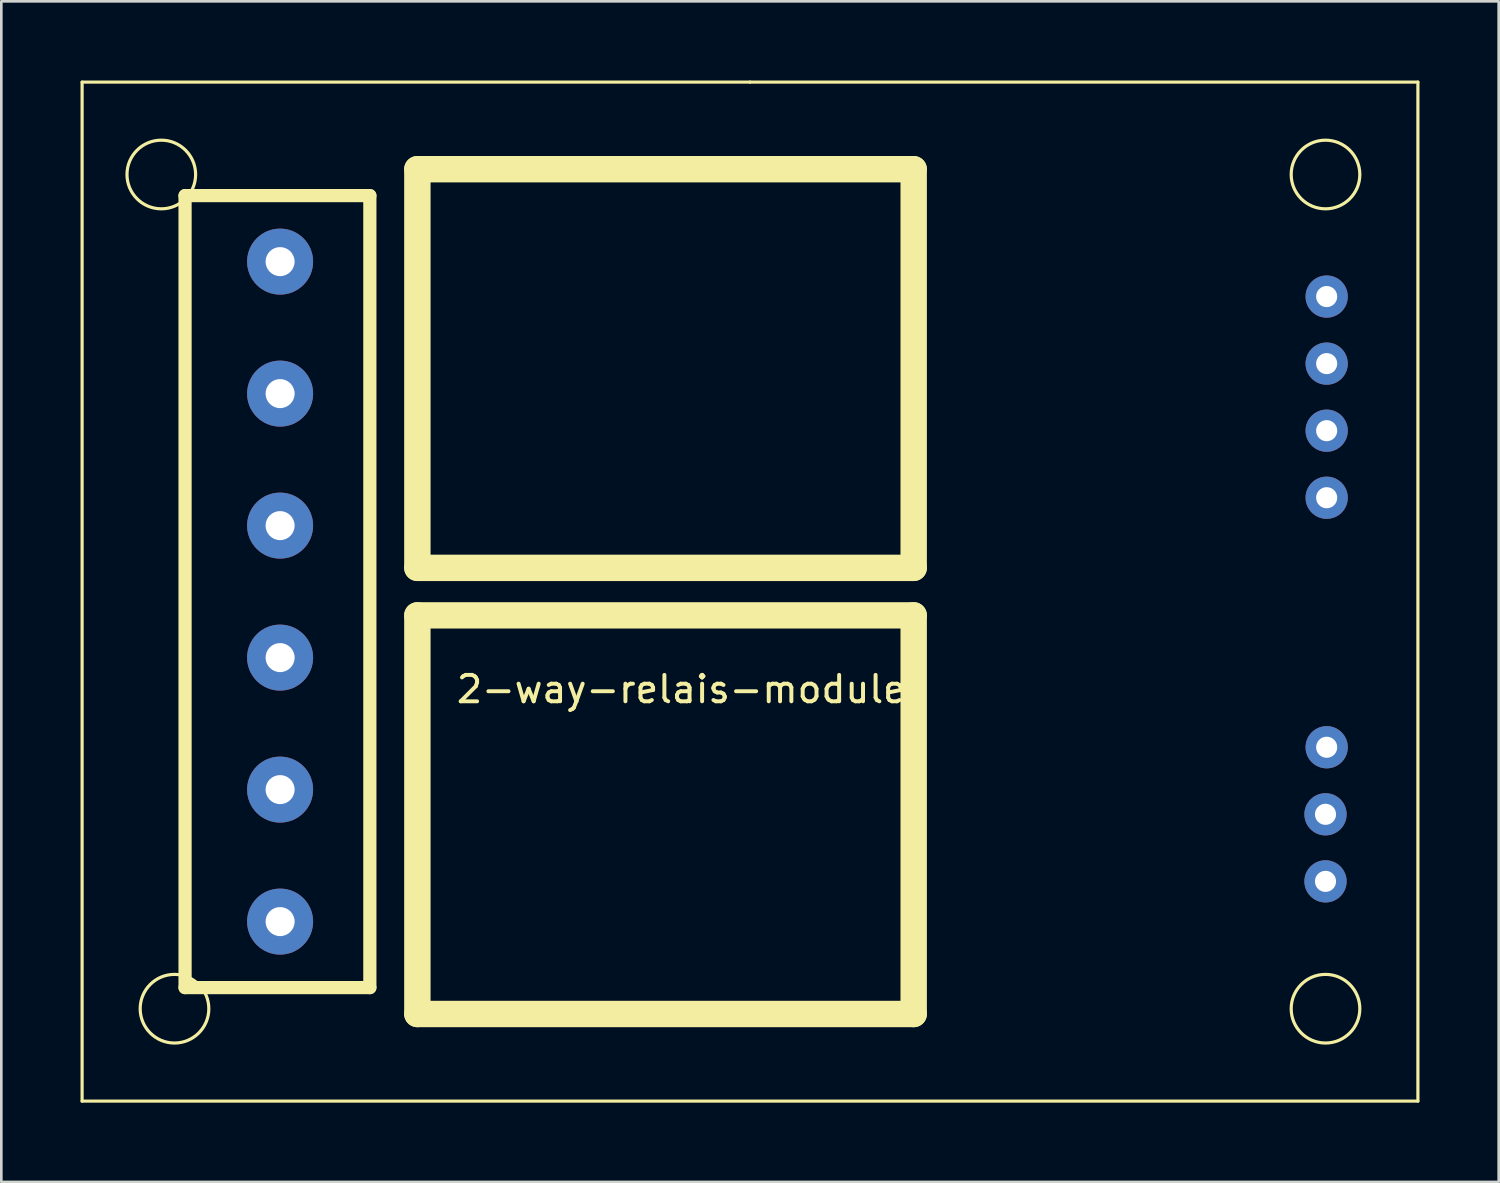
<source format=kicad_pcb>
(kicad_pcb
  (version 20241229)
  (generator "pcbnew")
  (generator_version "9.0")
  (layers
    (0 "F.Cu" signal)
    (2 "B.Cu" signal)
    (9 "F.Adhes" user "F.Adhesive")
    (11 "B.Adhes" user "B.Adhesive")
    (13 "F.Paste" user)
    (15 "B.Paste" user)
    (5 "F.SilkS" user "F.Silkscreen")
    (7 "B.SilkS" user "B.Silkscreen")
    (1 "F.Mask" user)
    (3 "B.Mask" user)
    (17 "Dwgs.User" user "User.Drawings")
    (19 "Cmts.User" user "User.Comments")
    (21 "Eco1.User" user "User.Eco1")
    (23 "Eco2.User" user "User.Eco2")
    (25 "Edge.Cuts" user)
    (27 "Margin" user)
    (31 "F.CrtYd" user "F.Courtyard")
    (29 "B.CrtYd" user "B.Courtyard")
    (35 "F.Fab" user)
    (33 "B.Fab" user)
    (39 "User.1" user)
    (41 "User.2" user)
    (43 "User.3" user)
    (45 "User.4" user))
  (footprint "2-way-relais-module"
    (layer "F.Cu")
    (at 25.36 19.36)
    (property "Reference" "2-way-relais-module" (at -2.6 3.7 0) (layer "F.SilkS") (effects (font (size 1 1) (thickness 0.15))))
    (attr through_hole)
    (fp_line (start -25.3 -19.3) (end -25.3 19.3) (stroke (width 0.12) (type solid)) (layer "F.SilkS"))
    (fp_line (start -25.3 19.3) (end 25.3 19.3) (stroke (width 0.12) (type solid)) (layer "F.SilkS"))
    (fp_line (start -21.4 -15) (end -21.4 15) (stroke (width 0.5) (type solid)) (layer "F.SilkS"))
    (fp_line (start -21.4 15) (end -14.4 15) (stroke (width 0.5) (type solid)) (layer "F.SilkS"))
    (fp_line (start -14.4 -15) (end -21.4 -15) (stroke (width 0.5) (type solid)) (layer "F.SilkS"))
    (fp_line (start -14.4 15) (end -14.4 -15) (stroke (width 0.5) (type solid)) (layer "F.SilkS"))
    (fp_line (start -12.6 -16) (end 6.2 -16) (stroke (width 1) (type solid)) (layer "F.SilkS"))
    (fp_line (start -12.6 -0.9) (end -12.6 -16) (stroke (width 1) (type solid)) (layer "F.SilkS"))
    (fp_line (start -12.6 0.9) (end 6.2 0.9) (stroke (width 1) (type solid)) (layer "F.SilkS"))
    (fp_line (start -12.6 16) (end -12.6 0.9) (stroke (width 1) (type solid)) (layer "F.SilkS"))
    (fp_line (start 0 -19.3) (end -25.3 -19.3) (stroke (width 0.12) (type solid)) (layer "F.SilkS"))
    (fp_line (start 6.2 -16) (end 6.2 -0.9) (stroke (width 1) (type solid)) (layer "F.SilkS"))
    (fp_line (start 6.2 -0.9) (end -12.6 -0.9) (stroke (width 1) (type solid)) (layer "F.SilkS"))
    (fp_line (start 6.2 0.9) (end 6.2 16) (stroke (width 1) (type solid)) (layer "F.SilkS"))
    (fp_line (start 6.2 16) (end -12.6 16) (stroke (width 1) (type solid)) (layer "F.SilkS"))
    (fp_line (start 25.3 -19.3) (end 0 -19.3) (stroke (width 0.12) (type solid)) (layer "F.SilkS"))
    (fp_line (start 25.3 19.3) (end 25.3 -19.3) (stroke (width 0.12) (type solid)) (layer "F.SilkS"))
    (fp_circle (center -22.3 -15.8) (end -21 -15.8) (stroke (width 0.12) (type solid)) (fill no) (layer "F.SilkS"))
    (fp_circle (center -21.8 15.8) (end -20.5 15.8) (stroke (width 0.12) (type solid)) (fill no) (layer "F.SilkS"))
    (fp_circle (center 21.8 -15.8) (end 23.1 -15.8) (stroke (width 0.12) (type solid)) (fill no) (layer "F.SilkS"))
    (fp_circle (center 21.8 15.8) (end 23.1 15.8) (stroke (width 0.12) (type solid)) (fill no) (layer "F.SilkS"))
    (pad "1" thru_hole circle (at -17.8 -12.5) (size 2.5 2.5) (drill 1.1) (layers "*.Cu" "*.Mask"))
    (pad "2" thru_hole circle (at -17.8 -7.5) (size 2.5 2.5) (drill 1.1) (layers "*.Cu" "*.Mask"))
    (pad "3" thru_hole circle (at -17.8 -2.5) (size 2.5 2.5) (drill 1.1) (layers "*.Cu" "*.Mask"))
    (pad "4" thru_hole circle (at -17.8 2.5) (size 2.5 2.5) (drill 1.1) (layers "*.Cu" "*.Mask"))
    (pad "5" thru_hole circle (at -17.8 7.5) (size 2.5 2.5) (drill 1.1) (layers "*.Cu" "*.Mask"))
    (pad "6" thru_hole circle (at -17.8 12.5) (size 2.5 2.5) (drill 1.1) (layers "*.Cu" "*.Mask"))
    (pad "7" thru_hole circle (at 21.8 10.976) (size 1.6 1.6) (drill 0.8) (layers "*.Cu" "*.Mask"))
    (pad "8" thru_hole circle (at 21.8 8.436) (size 1.6 1.6) (drill 0.8) (layers "*.Cu" "*.Mask"))
    (pad "9" thru_hole circle (at 21.844 5.896) (size 1.6 1.6) (drill 0.8) (layers "*.Cu" "*.Mask"))
    (pad "10" thru_hole circle (at 21.844 -3.556) (size 1.6 1.6) (drill 0.8) (layers "*.Cu" "*.Mask"))
    (pad "11" thru_hole circle (at 21.844 -6.096) (size 1.6 1.6) (drill 0.8) (layers "*.Cu" "*.Mask"))
    (pad "12" thru_hole circle (at 21.844 -8.636) (size 1.6 1.6) (drill 0.8) (layers "*.Cu" "*.Mask"))
    (pad "13" thru_hole circle (at 21.844 -11.176) (size 1.6 1.6) (drill 0.8) (layers "*.Cu" "*.Mask")))
  (gr_rect
    (start -3 -3)
    (end 53.72 41.72)
    (stroke (width 0.1) (type default))
    (fill no)
    (layer "Edge.Cuts")))
</source>
